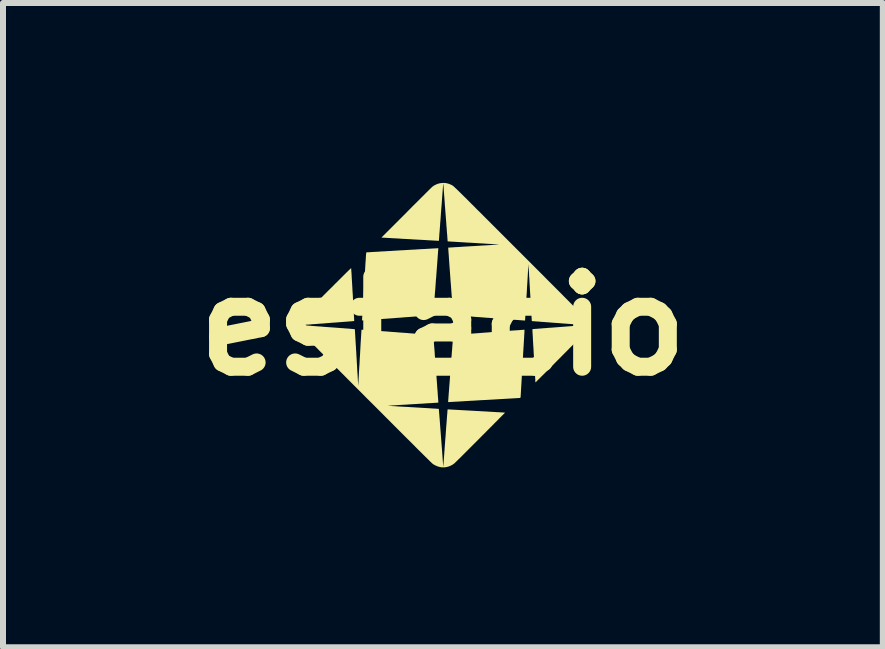
<source format=kicad_pcb>
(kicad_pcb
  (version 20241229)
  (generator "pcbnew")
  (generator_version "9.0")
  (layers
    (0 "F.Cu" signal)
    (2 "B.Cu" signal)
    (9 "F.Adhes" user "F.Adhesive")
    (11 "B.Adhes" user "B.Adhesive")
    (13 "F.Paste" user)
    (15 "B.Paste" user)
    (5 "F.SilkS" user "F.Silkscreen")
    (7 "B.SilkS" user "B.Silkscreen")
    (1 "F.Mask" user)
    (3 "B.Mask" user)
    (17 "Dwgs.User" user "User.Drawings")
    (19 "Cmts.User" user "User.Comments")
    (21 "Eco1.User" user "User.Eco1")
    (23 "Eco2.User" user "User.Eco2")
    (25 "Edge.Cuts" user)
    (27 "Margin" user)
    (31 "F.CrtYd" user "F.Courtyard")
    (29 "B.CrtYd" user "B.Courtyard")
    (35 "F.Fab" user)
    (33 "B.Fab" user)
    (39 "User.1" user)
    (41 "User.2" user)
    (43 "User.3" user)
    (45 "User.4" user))
  (footprint "estacio"
    (layer "F.Cu")
    (at 4.336 2.387)
    (property "Reference" "estacio" (at 0 0 0) (layer "F.SilkS") (effects (font (size 1.5 1.5) (thickness 0.3))))
    (attr board_only exclude_from_pos_files exclude_from_bom)
    (fp_poly (pts (xy 1.36 0.063) (xy 1.36 0.07) (xy 1.359 0.08) (xy 1.359 0.094) (xy 1.358 0.112) (xy 1.357 0.133) (xy 1.355 0.157) (xy 1.354 0.185) (xy 1.352 0.215) (xy 1.35 0.248) (xy 1.348 0.284) (xy 1.346 0.322) (xy 1.343 0.362) (xy 1.341 0.404) (xy 1.338 0.448) (xy 1.336 0.493) (xy 1.333 0.54) (xy 1.33 0.589) (xy 1.328 0.625) (xy 1.295 1.188) (xy 1.29 1.194) (xy 1.285 1.199) (xy 0.703 1.233) (xy 0.652 1.235) (xy 0.603 1.238) (xy 0.555 1.241) (xy 0.509 1.244) (xy 0.464 1.246) (xy 0.421 1.249) (xy 0.38 1.251) (xy 0.341 1.254) (xy 0.304 1.256) (xy 0.27 1.258) (xy 0.238 1.26) (xy 0.209 1.261) (xy 0.183 1.263) (xy 0.161 1.264) (xy 0.142 1.265) (xy 0.126 1.266) (xy 0.115 1.267) (xy 0.107 1.268) (xy 0.104 1.268) (xy 0.095 1.268) (xy 0.09 1.268) (xy 0.088 1.268) (xy 0.087 1.266) (xy 0.087 1.264) (xy 0.087 1.261) (xy 0.088 1.253) (xy 0.088 1.242) (xy 0.089 1.227) (xy 0.091 1.209) (xy 0.092 1.188) (xy 0.094 1.163) (xy 0.096 1.136) (xy 0.098 1.107) (xy 0.101 1.075) (xy 0.103 1.041) (xy 0.106 1.005) (xy 0.109 0.968) (xy 0.112 0.929) (xy 0.115 0.889) (xy 0.118 0.848) (xy 0.121 0.807) (xy 0.124 0.765) (xy 0.127 0.722) (xy 0.131 0.68) (xy 0.134 0.637) (xy 0.137 0.596) (xy 0.14 0.554) (xy 0.143 0.513) (xy 0.146 0.474) (xy 0.149 0.436) (xy 0.152 0.399) (xy 0.155 0.364) (xy 0.157 0.33) (xy 0.16 0.299) (xy 0.162 0.27) (xy 0.164 0.244) (xy 0.166 0.221) (xy 0.168 0.2) (xy 0.169 0.183) (xy 0.17 0.169) (xy 0.171 0.159) (xy 0.171 0.153) (xy 0.172 0.151) (xy 0.174 0.15) (xy 0.18 0.15) (xy 0.19 0.149) (xy 0.204 0.148) (xy 0.222 0.147) (xy 0.242 0.145) (xy 0.266 0.143) (xy 0.293 0.141) (xy 0.322 0.139) (xy 0.353 0.136) (xy 0.387 0.134) (xy 0.423 0.131) (xy 0.46 0.128) (xy 0.499 0.125) (xy 0.54 0.122) (xy 0.581 0.119) (xy 0.623 0.116) (xy 0.667 0.112) (xy 0.71 0.109) (xy 0.754 0.106) (xy 0.798 0.102) (xy 0.842 0.099) (xy 0.885 0.096) (xy 0.928 0.093) (xy 0.97 0.09) (xy 1.011 0.086) (xy 1.051 0.084) (xy 1.089 0.081) (xy 1.126 0.078) (xy 1.16 0.075) (xy 1.193 0.073) (xy 1.224 0.071) (xy 1.252 0.069) (xy 1.277 0.067) (xy 1.299 0.065) (xy 1.319 0.064) (xy 1.334 0.063) (xy 1.347 0.062) (xy 1.355 0.061) (xy 1.36 0.061) (xy 1.36 0.061)) (stroke (width 0) (type solid)) (fill yes) (layer "F.SilkS"))
    (fp_poly (pts (xy -0.077 -1.298) (xy -0.077 -1.296) (xy -0.078 -1.29) (xy -0.078 -1.28) (xy -0.079 -1.266) (xy -0.081 -1.248) (xy -0.082 -1.228) (xy -0.084 -1.204) (xy -0.086 -1.178) (xy -0.088 -1.149) (xy -0.09 -1.118) (xy -0.093 -1.085) (xy -0.095 -1.049) (xy -0.098 -1.012) (xy -0.101 -0.974) (xy -0.104 -0.934) (xy -0.107 -0.894) (xy -0.11 -0.852) (xy -0.113 -0.81) (xy -0.117 -0.768) (xy -0.12 -0.725) (xy -0.123 -0.683) (xy -0.126 -0.641) (xy -0.129 -0.599) (xy -0.133 -0.558) (xy -0.136 -0.518) (xy -0.139 -0.479) (xy -0.141 -0.442) (xy -0.144 -0.406) (xy -0.147 -0.372) (xy -0.149 -0.341) (xy -0.151 -0.311) (xy -0.154 -0.284) (xy -0.155 -0.259) (xy -0.157 -0.238) (xy -0.159 -0.22) (xy -0.16 -0.205) (xy -0.161 -0.194) (xy -0.161 -0.186) (xy -0.162 -0.183) (xy -0.162 -0.182) (xy -0.164 -0.182) (xy -0.17 -0.182) (xy -0.18 -0.181) (xy -0.194 -0.18) (xy -0.212 -0.178) (xy -0.232 -0.177) (xy -0.256 -0.175) (xy -0.282 -0.173) (xy -0.311 -0.171) (xy -0.343 -0.168) (xy -0.376 -0.166) (xy -0.412 -0.163) (xy -0.45 -0.16) (xy -0.488 -0.157) (xy -0.529 -0.154) (xy -0.57 -0.151) (xy -0.612 -0.148) (xy -0.655 -0.145) (xy -0.699 -0.141) (xy -0.742 -0.138) (xy -0.786 -0.135) (xy -0.83 -0.131) (xy -0.873 -0.128) (xy -0.916 -0.125) (xy -0.957 -0.122) (xy -0.998 -0.119) (xy -1.038 -0.116) (xy -1.076 -0.113) (xy -1.112 -0.11) (xy -1.147 -0.108) (xy -1.179 -0.105) (xy -1.209 -0.103) (xy -1.237 -0.101) (xy -1.262 -0.099) (xy -1.284 -0.097) (xy -1.302 -0.096) (xy -1.318 -0.095) (xy -1.329 -0.094) (xy -1.337 -0.094) (xy -1.341 -0.093) (xy -1.342 -0.093) (xy -1.347 -0.094) (xy -1.348 -0.096) (xy -1.349 -0.099) (xy -1.349 -0.102) (xy -1.348 -0.109) (xy -1.348 -0.119) (xy -1.347 -0.134) (xy -1.346 -0.152) (xy -1.344 -0.174) (xy -1.343 -0.198) (xy -1.341 -0.226) (xy -1.339 -0.257) (xy -1.337 -0.29) (xy -1.335 -0.326) (xy -1.333 -0.364) (xy -1.331 -0.405) (xy -1.328 -0.447) (xy -1.325 -0.491) (xy -1.323 -0.537) (xy -1.32 -0.584) (xy -1.317 -0.632) (xy -1.315 -0.662) (xy -1.312 -0.722) (xy -1.308 -0.777) (xy -1.305 -0.829) (xy -1.302 -0.876) (xy -1.299 -0.92) (xy -1.297 -0.96) (xy -1.295 -0.997) (xy -1.293 -1.03) (xy -1.291 -1.06) (xy -1.289 -1.087) (xy -1.287 -1.112) (xy -1.286 -1.133) (xy -1.285 -1.152) (xy -1.284 -1.168) (xy -1.283 -1.182) (xy -1.282 -1.193) (xy -1.281 -1.203) (xy -1.28 -1.21) (xy -1.28 -1.216) (xy -1.279 -1.22) (xy -1.279 -1.223) (xy -1.278 -1.224) (xy -1.278 -1.224) (xy -1.273 -1.229) (xy -1.268 -1.229) (xy -1.266 -1.23) (xy -1.259 -1.23) (xy -1.248 -1.231) (xy -1.233 -1.231) (xy -1.215 -1.232) (xy -1.193 -1.234) (xy -1.168 -1.235) (xy -1.14 -1.237) (xy -1.11 -1.238) (xy -1.076 -1.24) (xy -1.04 -1.243) (xy -1.001 -1.245) (xy -0.96 -1.247) (xy -0.917 -1.25) (xy -0.873 -1.252) (xy -0.827 -1.255) (xy -0.779 -1.258) (xy -0.73 -1.261) (xy -0.679 -1.264) (xy -0.67 -1.264) (xy -0.619 -1.267) (xy -0.57 -1.27) (xy -0.522 -1.273) (xy -0.476 -1.275) (xy -0.431 -1.278) (xy -0.388 -1.281) (xy -0.347 -1.283) (xy -0.308 -1.285) (xy -0.272 -1.287) (xy -0.238 -1.289) (xy -0.207 -1.291) (xy -0.179 -1.293) (xy -0.154 -1.294) (xy -0.132 -1.295) (xy -0.113 -1.296) (xy -0.099 -1.297) (xy -0.087 -1.298) (xy -0.08 -1.298) (xy -0.077 -1.298)) (stroke (width 0) (type solid)) (fill yes) (layer "F.SilkS"))
    (fp_poly (pts (xy -1.531 -0.964) (xy -1.53 -0.963) (xy -1.53 -0.963) (xy -1.53 -0.963) (xy -1.53 -0.96) (xy -1.529 -0.952) (xy -1.529 -0.942) (xy -1.528 -0.927) (xy -1.527 -0.91) (xy -1.525 -0.889) (xy -1.524 -0.865) (xy -1.522 -0.839) (xy -1.521 -0.811) (xy -1.519 -0.781) (xy -1.517 -0.748) (xy -1.515 -0.715) (xy -1.513 -0.68) (xy -1.511 -0.644) (xy -1.509 -0.607) (xy -1.507 -0.569) (xy -1.504 -0.532) (xy -1.502 -0.494) (xy -1.5 -0.456) (xy -1.498 -0.419) (xy -1.496 -0.383) (xy -1.494 -0.347) (xy -1.492 -0.313) (xy -1.49 -0.28) (xy -1.488 -0.249) (xy -1.487 -0.219) (xy -1.485 -0.192) (xy -1.484 -0.168) (xy -1.482 -0.145) (xy -1.481 -0.126) (xy -1.481 -0.11) (xy -1.48 -0.098) (xy -1.48 -0.089) (xy -1.479 -0.084) (xy -1.479 -0.083) (xy -1.482 -0.083) (xy -1.488 -0.083) (xy -1.498 -0.082) (xy -1.512 -0.081) (xy -1.528 -0.079) (xy -1.549 -0.078) (xy -1.571 -0.076) (xy -1.597 -0.074) (xy -1.625 -0.072) (xy -1.655 -0.07) (xy -1.686 -0.067) (xy -1.72 -0.065) (xy -1.754 -0.062) (xy -1.79 -0.059) (xy -1.826 -0.057) (xy -1.864 -0.054) (xy -1.901 -0.051) (xy -1.939 -0.048) (xy -1.976 -0.045) (xy -2.013 -0.042) (xy -2.049 -0.04) (xy -2.085 -0.037) (xy -2.119 -0.034) (xy -2.152 -0.032) (xy -2.183 -0.03) (xy -2.212 -0.027) (xy -2.239 -0.025) (xy -2.264 -0.024) (xy -2.286 -0.022) (xy -2.305 -0.02) (xy -2.321 -0.019) (xy -2.334 -0.018) (xy -2.34 -0.018) (xy -2.362 -0.016) (xy -2.345 -0.015) (xy -2.341 -0.014) (xy -2.333 -0.014) (xy -2.321 -0.013) (xy -2.306 -0.012) (xy -2.287 -0.01) (xy -2.264 -0.009) (xy -2.239 -0.007) (xy -2.211 -0.005) (xy -2.18 -0.002) (xy -2.147 0.000166) (xy -2.112 0.003) (xy -2.075 0.006) (xy -2.036 0.008) (xy -1.996 0.012) (xy -1.954 0.015) (xy -1.911 0.018) (xy -1.899 0.019) (xy -1.857 0.022) (xy -1.815 0.025) (xy -1.775 0.028) (xy -1.736 0.031) (xy -1.699 0.034) (xy -1.665 0.036) (xy -1.632 0.039) (xy -1.602 0.041) (xy -1.574 0.043) (xy -1.549 0.045) (xy -1.527 0.047) (xy -1.508 0.049) (xy -1.493 0.05) (xy -1.482 0.051) (xy -1.474 0.051) (xy -1.47 0.052) (xy -1.47 0.052) (xy -1.47 0.054) (xy -1.469 0.06) (xy -1.468 0.071) (xy -1.467 0.085) (xy -1.466 0.102) (xy -1.465 0.123) (xy -1.463 0.147) (xy -1.462 0.174) (xy -1.46 0.204) (xy -1.458 0.237) (xy -1.456 0.271) (xy -1.454 0.308) (xy -1.451 0.347) (xy -1.449 0.387) (xy -1.446 0.429) (xy -1.444 0.473) (xy -1.441 0.517) (xy -1.441 0.52) (xy -1.438 0.565) (xy -1.436 0.609) (xy -1.433 0.651) (xy -1.431 0.692) (xy -1.429 0.731) (xy -1.427 0.768) (xy -1.424 0.803) (xy -1.422 0.836) (xy -1.421 0.866) (xy -1.419 0.894) (xy -1.418 0.918) (xy -1.416 0.94) (xy -1.415 0.958) (xy -1.414 0.972) (xy -1.414 0.983) (xy -1.413 0.99) (xy -1.413 0.993) (xy -1.413 0.993) (xy -1.412 0.995) (xy -1.412 0.992) (xy -1.412 0.99) (xy -1.412 0.984) (xy -1.411 0.974) (xy -1.41 0.96) (xy -1.41 0.943) (xy -1.408 0.923) (xy -1.407 0.9) (xy -1.406 0.874) (xy -1.404 0.846) (xy -1.402 0.816) (xy -1.401 0.784) (xy -1.399 0.75) (xy -1.397 0.715) (xy -1.395 0.678) (xy -1.392 0.641) (xy -1.39 0.603) (xy -1.388 0.564) (xy -1.386 0.525) (xy -1.383 0.486) (xy -1.381 0.448) (xy -1.379 0.41) (xy -1.377 0.372) (xy -1.375 0.336) (xy -1.373 0.301) (xy -1.371 0.267) (xy -1.369 0.235) (xy -1.367 0.205) (xy -1.365 0.177) (xy -1.364 0.151) (xy -1.362 0.128) (xy -1.361 0.108) (xy -1.36 0.092) (xy -1.359 0.078) (xy -1.358 0.068) (xy -1.358 0.062) (xy -1.358 0.061) (xy -1.356 0.061) (xy -1.349 0.061) (xy -1.339 0.062) (xy -1.325 0.063) (xy -1.308 0.064) (xy -1.287 0.065) (xy -1.263 0.067) (xy -1.237 0.069) (xy -1.207 0.071) (xy -1.176 0.073) (xy -1.142 0.076) (xy -1.106 0.078) (xy -1.069 0.081) (xy -1.03 0.084) (xy -0.989 0.087) (xy -0.947 0.09) (xy -0.905 0.093) (xy -0.862 0.097) (xy -0.818 0.1) (xy -0.774 0.103) (xy -0.73 0.107) (xy -0.686 0.11) (xy -0.642 0.113) (xy -0.599 0.116) (xy -0.557 0.12) (xy -0.516 0.123) (xy -0.476 0.126) (xy -0.437 0.129) (xy -0.4 0.132) (xy -0.365 0.134) (xy -0.332 0.137) (xy -0.301 0.139) (xy -0.273 0.141) (xy -0.247 0.143) (xy -0.225 0.145) (xy -0.205 0.147) (xy -0.189 0.148) (xy -0.176 0.149) (xy -0.167 0.15) (xy -0.162 0.15) (xy -0.161 0.151) (xy -0.161 0.153) (xy -0.16 0.159) (xy -0.159 0.169) (xy -0.158 0.183) (xy -0.157 0.201) (xy -0.155 0.221) (xy -0.153 0.245) (xy -0.151 0.271) (xy -0.149 0.3) (xy -0.147 0.331) (xy -0.144 0.365) (xy -0.141 0.4) (xy -0.138 0.437) (xy -0.136 0.476) (xy -0.133 0.516) (xy -0.129 0.556) (xy -0.126 0.598) (xy -0.123 0.64) (xy -0.12 0.683) (xy -0.117 0.726) (xy -0.114 0.768) (xy -0.11 0.811) (xy -0.107 0.852) (xy -0.104 0.894) (xy -0.101 0.934) (xy -0.098 0.973) (xy -0.096 1.011) (xy -0.093 1.047) (xy -0.09 1.081) (xy -0.088 1.113) (xy -0.086 1.143) (xy -0.084 1.171) (xy -0.082 1.196) (xy -0.08 1.218) (xy -0.079 1.237) (xy -0.078 1.252) (xy -0.077 1.264) (xy -0.077 1.272) (xy -0.077 1.276) (xy -0.077 1.276) (xy -0.079 1.277) (xy -0.085 1.277) (xy -0.096 1.278) (xy -0.11 1.279) (xy -0.127 1.28) (xy -0.148 1.281) (xy -0.172 1.283) (xy -0.199 1.285) (xy -0.228 1.286) (xy -0.26 1.288) (xy -0.294 1.29) (xy -0.33 1.293) (xy -0.368 1.295) (xy -0.408 1.297) (xy -0.449 1.3) (xy -0.491 1.302) (xy -0.504 1.303) (xy -0.56 1.306) (xy -0.612 1.31) (xy -0.659 1.312) (xy -0.703 1.315) (xy -0.742 1.317) (xy -0.777 1.32) (xy -0.808 1.322) (xy -0.835 1.323) (xy -0.858 1.325) (xy -0.877 1.326) (xy -0.892 1.327) (xy -0.903 1.328) (xy -0.911 1.329) (xy -0.914 1.329) (xy -0.914 1.33) (xy -0.914 1.33) (xy -0.91 1.33) (xy -0.902 1.331) (xy -0.891 1.331) (xy -0.875 1.332) (xy -0.857 1.333) (xy -0.835 1.335) (xy -0.81 1.336) (xy -0.782 1.338) (xy -0.751 1.34) (xy -0.718 1.342) (xy -0.684 1.344) (xy -0.647 1.346) (xy -0.608 1.348) (xy -0.568 1.35) (xy -0.527 1.353) (xy -0.485 1.355) (xy -0.485 1.355) (xy -0.443 1.358) (xy -0.402 1.36) (xy -0.362 1.363) (xy -0.324 1.365) (xy -0.288 1.367) (xy -0.254 1.369) (xy -0.222 1.371) (xy -0.193 1.373) (xy -0.166 1.375) (xy -0.142 1.376) (xy -0.121 1.377) (xy -0.103 1.379) (xy -0.089 1.38) (xy -0.078 1.38) (xy -0.071 1.381) (xy -0.069 1.381) (xy -0.069 1.381) (xy -0.069 1.383) (xy -0.068 1.39) (xy -0.067 1.4) (xy -0.066 1.414) (xy -0.065 1.431) (xy -0.063 1.451) (xy -0.061 1.474) (xy -0.059 1.5) (xy -0.057 1.528) (xy -0.054 1.559) (xy -0.052 1.591) (xy -0.049 1.626) (xy -0.047 1.661) (xy -0.044 1.698) (xy -0.041 1.736) (xy -0.038 1.775) (xy -0.035 1.814) (xy -0.032 1.854) (xy -0.029 1.893) (xy -0.026 1.933) (xy -0.023 1.972) (xy -0.02 2.01) (xy -0.017 2.048) (xy -0.014 2.084) (xy -0.012 2.119) (xy -0.009 2.152) (xy -0.007 2.184) (xy -0.005 2.214) (xy -0.003 2.241) (xy -0.001 2.266) (xy 0.001 2.288) (xy 0.002 2.307) (xy 0.002 2.309) (xy 0.003 2.321) (xy 0.004 2.332) (xy 0.005 2.34) (xy 0.005 2.344) (xy 0.005 2.346) (xy 0.006 2.344) (xy 0.006 2.338) (xy 0.007 2.33) (xy 0.008 2.319) (xy 0.008 2.308) (xy 0.009 2.3) (xy 0.01 2.289) (xy 0.011 2.274) (xy 0.012 2.255) (xy 0.014 2.234) (xy 0.016 2.21) (xy 0.018 2.184) (xy 0.02 2.156) (xy 0.022 2.126) (xy 0.024 2.095) (xy 0.027 2.064) (xy 0.028 2.04) (xy 0.031 2.003) (xy 0.034 1.963) (xy 0.037 1.921) (xy 0.04 1.878) (xy 0.044 1.834) (xy 0.047 1.789) (xy 0.05 1.746) (xy 0.053 1.704) (xy 0.056 1.665) (xy 0.059 1.629) (xy 0.061 1.606) (xy 0.063 1.576) (xy 0.065 1.548) (xy 0.067 1.521) (xy 0.069 1.495) (xy 0.071 1.472) (xy 0.073 1.452) (xy 0.074 1.434) (xy 0.075 1.419) (xy 0.076 1.407) (xy 0.077 1.399) (xy 0.078 1.395) (xy 0.078 1.394) (xy 0.079 1.389) (xy 0.557 1.416) (xy 0.602 1.418) (xy 0.646 1.421) (xy 0.689 1.423) (xy 0.73 1.425) (xy 0.77 1.428) (xy 0.807 1.43) (xy 0.843 1.432) (xy 0.876 1.434) (xy 0.906 1.436) (xy 0.934 1.437) (xy 0.959 1.439) (xy 0.981 1.44) (xy 0.999 1.441) (xy 1.014 1.442) (xy 1.025 1.443) (xy 1.033 1.443) (xy 1.036 1.443) (xy 1.036 1.443) (xy 1.035 1.445) (xy 1.03 1.449) (xy 1.023 1.457) (xy 1.013 1.467) (xy 1.001 1.479) (xy 0.986 1.494) (xy 0.969 1.512) (xy 0.949 1.531) (xy 0.928 1.553) (xy 0.905 1.577) (xy 0.879 1.602) (xy 0.852 1.629) (xy 0.824 1.658) (xy 0.794 1.688) (xy 0.763 1.719) (xy 0.73 1.752) (xy 0.697 1.786) (xy 0.662 1.82) (xy 0.627 1.856) (xy 0.622 1.861) (xy 0.576 1.907) (xy 0.532 1.951) (xy 0.491 1.992) (xy 0.452 2.031) (xy 0.415 2.068) (xy 0.381 2.102) (xy 0.35 2.133) (xy 0.321 2.162) (xy 0.295 2.188) (xy 0.272 2.211) (xy 0.251 2.231) (xy 0.233 2.249) (xy 0.218 2.263) (xy 0.206 2.275) (xy 0.197 2.284) (xy 0.191 2.29) (xy 0.188 2.292) (xy 0.158 2.313) (xy 0.127 2.329) (xy 0.095 2.342) (xy 0.061 2.351) (xy 0.027 2.356) (xy -0.007 2.356) (xy -0.027 2.355) (xy -0.057 2.349) (xy -0.089 2.34) (xy -0.119 2.327) (xy -0.149 2.312) (xy -0.17 2.298) (xy -0.172 2.296) (xy -0.174 2.294) (xy -0.178 2.291) (xy -0.182 2.287) (xy -0.188 2.282) (xy -0.194 2.276) (xy -0.201 2.269) (xy -0.21 2.261) (xy -0.22 2.251) (xy -0.231 2.24) (xy -0.243 2.228) (xy -0.256 2.215) (xy -0.271 2.2) (xy -0.288 2.184) (xy -0.306 2.166) (xy -0.325 2.147) (xy -0.346 2.126) (xy -0.369 2.103) (xy -0.394 2.079) (xy -0.42 2.053) (xy -0.448 2.025) (xy -0.478 1.994) (xy -0.51 1.962) (xy -0.544 1.928) (xy -0.581 1.892) (xy -0.619 1.854) (xy -0.659 1.814) (xy -0.702 1.771) (xy -0.747 1.726) (xy -0.794 1.679) (xy -0.844 1.629) (xy -0.896 1.576) (xy -0.951 1.522) (xy -1.008 1.464) (xy -1.068 1.404) (xy -1.131 1.341) (xy -1.196 1.276) (xy -1.265 1.208) (xy -1.336 1.136) (xy -1.41 1.062) (xy -1.487 0.985) (xy -1.536 0.936) (xy -1.595 0.877) (xy -1.65 0.821) (xy -1.703 0.768) (xy -1.753 0.718) (xy -1.801 0.67) (xy -1.845 0.626) (xy -1.887 0.584) (xy -1.927 0.544) (xy -1.964 0.507) (xy -1.998 0.472) (xy -2.03 0.44) (xy -2.061 0.409) (xy -2.088 0.381) (xy -2.114 0.355) (xy -2.138 0.331) (xy -2.16 0.309) (xy -2.18 0.289) (xy -2.199 0.27) (xy -2.216 0.253) (xy -2.231 0.238) (xy -2.244 0.224) (xy -2.256 0.212) (xy -2.267 0.2) (xy -2.277 0.191) (xy -2.285 0.182) (xy -2.292 0.175) (xy -2.298 0.168) (xy -2.303 0.163) (xy -2.307 0.158) (xy -2.31 0.155) (xy -2.313 0.152) (xy -2.315 0.149) (xy -2.316 0.148) (xy -2.316 0.147) (xy -2.334 0.116) (xy -2.349 0.084) (xy -2.359 0.052) (xy -2.365 0.019) (xy -2.366 -0.01) (xy -2.364 -0.047) (xy -2.358 -0.082) (xy -2.348 -0.115) (xy -2.334 -0.147) (xy -2.316 -0.178) (xy -2.301 -0.198) (xy -2.298 -0.201) (xy -2.292 -0.207) (xy -2.284 -0.215) (xy -2.273 -0.227) (xy -2.259 -0.241) (xy -2.243 -0.257) (xy -2.225 -0.275) (xy -2.205 -0.296) (xy -2.183 -0.318) (xy -2.158 -0.342) (xy -2.133 -0.368) (xy -2.105 -0.396) (xy -2.076 -0.425) (xy -2.046 -0.455) (xy -2.015 -0.486) (xy -1.983 -0.519) (xy -1.95 -0.552) (xy -1.916 -0.586) (xy -1.91 -0.592) (xy -1.869 -0.632) (xy -1.832 -0.669) (xy -1.798 -0.704) (xy -1.766 -0.735) (xy -1.737 -0.764) (xy -1.71 -0.791) (xy -1.686 -0.815) (xy -1.664 -0.837) (xy -1.645 -0.856) (xy -1.627 -0.874) (xy -1.611 -0.89) (xy -1.597 -0.903) (xy -1.585 -0.915) (xy -1.574 -0.926) (xy -1.565 -0.935) (xy -1.557 -0.942) (xy -1.551 -0.948) (xy -1.546 -0.953) (xy -1.541 -0.957) (xy -1.538 -0.96) (xy -1.535 -0.962) (xy -1.533 -0.963) (xy -1.532 -0.964) (xy -1.531 -0.964)) (stroke (width 0) (type solid)) (fill yes) (layer "F.SilkS"))
    (fp_poly (pts (xy 0.033 -2.386) (xy 0.066 -2.381) (xy 0.098 -2.372) (xy 0.13 -2.359) (xy 0.134 -2.357) (xy 0.137 -2.356) (xy 0.14 -2.354) (xy 0.143 -2.353) (xy 0.146 -2.352) (xy 0.149 -2.35) (xy 0.152 -2.348) (xy 0.155 -2.346) (xy 0.159 -2.344) (xy 0.163 -2.341) (xy 0.168 -2.338) (xy 0.173 -2.334) (xy 0.178 -2.329) (xy 0.185 -2.323) (xy 0.192 -2.317) (xy 0.2 -2.309) (xy 0.209 -2.3) (xy 0.22 -2.291) (xy 0.231 -2.28) (xy 0.244 -2.267) (xy 0.258 -2.254) (xy 0.274 -2.238) (xy 0.291 -2.221) (xy 0.31 -2.203) (xy 0.33 -2.183) (xy 0.352 -2.161) (xy 0.377 -2.137) (xy 0.403 -2.111) (xy 0.431 -2.083) (xy 0.461 -2.052) (xy 0.494 -2.02) (xy 0.529 -1.985) (xy 0.566 -1.947) (xy 0.606 -1.908) (xy 0.649 -1.865) (xy 0.694 -1.82) (xy 0.742 -1.772) (xy 0.793 -1.721) (xy 0.847 -1.667) (xy 0.865 -1.649) (xy 0.953 -1.561) (xy 1.038 -1.476) (xy 1.121 -1.393) (xy 1.2 -1.314) (xy 1.276 -1.238) (xy 1.35 -1.164) (xy 1.42 -1.094) (xy 1.488 -1.026) (xy 1.553 -0.961) (xy 1.615 -0.899) (xy 1.674 -0.84) (xy 1.73 -0.783) (xy 1.784 -0.729) (xy 1.835 -0.678) (xy 1.883 -0.63) (xy 1.929 -0.584) (xy 1.972 -0.541) (xy 2.012 -0.5) (xy 2.05 -0.462) (xy 2.085 -0.427) (xy 2.118 -0.393) (xy 2.148 -0.363) (xy 2.176 -0.335) (xy 2.202 -0.309) (xy 2.225 -0.286) (xy 2.245 -0.265) (xy 2.263 -0.246) (xy 2.279 -0.23) (xy 2.293 -0.216) (xy 2.304 -0.204) (xy 2.314 -0.194) (xy 2.321 -0.187) (xy 2.325 -0.181) (xy 2.328 -0.178) (xy 2.328 -0.178) (xy 2.346 -0.148) (xy 2.359 -0.116) (xy 2.369 -0.084) (xy 2.375 -0.049) (xy 2.377 -0.013) (xy 2.375 0.021) (xy 2.369 0.054) (xy 2.359 0.087) (xy 2.346 0.117) (xy 2.329 0.145) (xy 2.323 0.154) (xy 2.32 0.157) (xy 2.315 0.163) (xy 2.307 0.171) (xy 2.297 0.182) (xy 2.284 0.195) (xy 2.268 0.211) (xy 2.251 0.228) (xy 2.232 0.248) (xy 2.211 0.269) (xy 2.189 0.292) (xy 2.165 0.316) (xy 2.14 0.341) (xy 2.113 0.368) (xy 2.086 0.396) (xy 2.058 0.424) (xy 2.029 0.453) (xy 1.999 0.483) (xy 1.97 0.513) (xy 1.94 0.543) (xy 1.91 0.573) (xy 1.88 0.603) (xy 1.851 0.633) (xy 1.822 0.662) (xy 1.793 0.69) (xy 1.765 0.718) (xy 1.739 0.745) (xy 1.713 0.771) (xy 1.688 0.796) (xy 1.665 0.819) (xy 1.643 0.84) (xy 1.624 0.86) (xy 1.605 0.878) (xy 1.589 0.894) (xy 1.575 0.908) (xy 1.564 0.92) (xy 1.555 0.929) (xy 1.548 0.935) (xy 1.544 0.938) (xy 1.544 0.939) (xy 1.542 0.937) (xy 1.542 0.932) (xy 1.542 0.931) (xy 1.541 0.928) (xy 1.541 0.921) (xy 1.54 0.91) (xy 1.54 0.895) (xy 1.539 0.877) (xy 1.537 0.855) (xy 1.536 0.831) (xy 1.534 0.804) (xy 1.533 0.774) (xy 1.531 0.741) (xy 1.529 0.706) (xy 1.527 0.67) (xy 1.524 0.631) (xy 1.522 0.591) (xy 1.52 0.549) (xy 1.517 0.507) (xy 1.516 0.488) (xy 1.513 0.445) (xy 1.511 0.403) (xy 1.509 0.362) (xy 1.506 0.323) (xy 1.504 0.286) (xy 1.502 0.251) (xy 1.5 0.218) (xy 1.499 0.187) (xy 1.497 0.159) (xy 1.496 0.134) (xy 1.494 0.111) (xy 1.493 0.092) (xy 1.493 0.077) (xy 1.492 0.065) (xy 1.492 0.056) (xy 1.492 0.052) (xy 1.492 0.052) (xy 1.494 0.051) (xy 1.5 0.051) (xy 1.51 0.05) (xy 1.524 0.049) (xy 1.541 0.047) (xy 1.562 0.046) (xy 1.585 0.044) (xy 1.611 0.042) (xy 1.639 0.04) (xy 1.669 0.037) (xy 1.702 0.035) (xy 1.736 0.032) (xy 1.772 0.029) (xy 1.809 0.027) (xy 1.847 0.024) (xy 1.885 0.021) (xy 1.925 0.018) (xy 1.964 0.015) (xy 2.004 0.012) (xy 2.043 0.009) (xy 2.083 0.006) (xy 2.121 0.003) (xy 2.159 0.000066) (xy 2.195 -0.003) (xy 2.23 -0.005) (xy 2.264 -0.008) (xy 2.295 -0.01) (xy 2.325 -0.012) (xy 2.336 -0.013) (xy 2.348 -0.014) (xy 2.357 -0.015) (xy 2.365 -0.015) (xy 2.369 -0.016) (xy 2.369 -0.016) (xy 2.367 -0.016) (xy 2.362 -0.017) (xy 2.353 -0.017) (xy 2.343 -0.018) (xy 2.33 -0.019) (xy 2.323 -0.02) (xy 2.313 -0.02) (xy 2.298 -0.021) (xy 2.281 -0.023) (xy 2.26 -0.024) (xy 2.237 -0.026) (xy 2.211 -0.028) (xy 2.183 -0.03) (xy 2.153 -0.032) (xy 2.121 -0.035) (xy 2.087 -0.037) (xy 2.053 -0.04) (xy 2.017 -0.042) (xy 1.981 -0.045) (xy 1.944 -0.048) (xy 1.907 -0.051) (xy 1.87 -0.053) (xy 1.833 -0.056) (xy 1.796 -0.059) (xy 1.761 -0.062) (xy 1.726 -0.064) (xy 1.693 -0.067) (xy 1.661 -0.069) (xy 1.631 -0.071) (xy 1.603 -0.074) (xy 1.577 -0.076) (xy 1.554 -0.077) (xy 1.534 -0.079) (xy 1.516 -0.08) (xy 1.502 -0.081) (xy 1.492 -0.082) (xy 1.485 -0.083) (xy 1.482 -0.083) (xy 1.482 -0.083) (xy 1.482 -0.085) (xy 1.481 -0.092) (xy 1.481 -0.102) (xy 1.48 -0.116) (xy 1.479 -0.133) (xy 1.478 -0.154) (xy 1.476 -0.178) (xy 1.475 -0.205) (xy 1.473 -0.235) (xy 1.471 -0.267) (xy 1.469 -0.302) (xy 1.467 -0.339) (xy 1.464 -0.377) (xy 1.462 -0.418) (xy 1.46 -0.46) (xy 1.457 -0.504) (xy 1.454 -0.548) (xy 1.454 -0.554) (xy 1.451 -0.599) (xy 1.449 -0.643) (xy 1.446 -0.685) (xy 1.444 -0.726) (xy 1.442 -0.765) (xy 1.44 -0.802) (xy 1.437 -0.837) (xy 1.436 -0.87) (xy 1.434 -0.9) (xy 1.432 -0.928) (xy 1.431 -0.952) (xy 1.429 -0.974) (xy 1.428 -0.992) (xy 1.427 -1.007) (xy 1.427 -1.018) (xy 1.426 -1.025) (xy 1.426 -1.028) (xy 1.426 -1.028) (xy 1.425 -1.029) (xy 1.425 -1.027) (xy 1.425 -1.023) (xy 1.424 -1.015) (xy 1.424 -1.004) (xy 1.423 -0.989) (xy 1.422 -0.971) (xy 1.42 -0.95) (xy 1.419 -0.925) (xy 1.417 -0.899) (xy 1.416 -0.87) (xy 1.414 -0.839) (xy 1.412 -0.806) (xy 1.41 -0.772) (xy 1.408 -0.736) (xy 1.406 -0.699) (xy 1.403 -0.661) (xy 1.401 -0.623) (xy 1.399 -0.584) (xy 1.397 -0.545) (xy 1.394 -0.506) (xy 1.392 -0.467) (xy 1.39 -0.429) (xy 1.387 -0.392) (xy 1.385 -0.356) (xy 1.383 -0.321) (xy 1.381 -0.288) (xy 1.379 -0.257) (xy 1.378 -0.227) (xy 1.376 -0.2) (xy 1.374 -0.175) (xy 1.373 -0.153) (xy 1.372 -0.134) (xy 1.371 -0.118) (xy 1.37 -0.106) (xy 1.37 -0.097) (xy 1.369 -0.092) (xy 1.369 -0.092) (xy 1.367 -0.092) (xy 1.361 -0.092) (xy 1.351 -0.093) (xy 1.336 -0.094) (xy 1.319 -0.095) (xy 1.298 -0.097) (xy 1.273 -0.099) (xy 1.246 -0.101) (xy 1.215 -0.103) (xy 1.182 -0.105) (xy 1.146 -0.108) (xy 1.108 -0.111) (xy 1.068 -0.114) (xy 1.025 -0.117) (xy 0.981 -0.12) (xy 0.935 -0.124) (xy 0.887 -0.127) (xy 0.839 -0.131) (xy 0.789 -0.135) (xy 0.778 -0.136) (xy 0.728 -0.139) (xy 0.679 -0.143) (xy 0.631 -0.147) (xy 0.584 -0.15) (xy 0.539 -0.153) (xy 0.496 -0.157) (xy 0.455 -0.16) (xy 0.416 -0.163) (xy 0.379 -0.165) (xy 0.345 -0.168) (xy 0.313 -0.17) (xy 0.285 -0.172) (xy 0.259 -0.174) (xy 0.237 -0.176) (xy 0.218 -0.177) (xy 0.203 -0.178) (xy 0.191 -0.179) (xy 0.183 -0.18) (xy 0.18 -0.18) (xy 0.18 -0.18) (xy 0.175 -0.18) (xy 0.172 -0.182) (xy 0.171 -0.186) (xy 0.17 -0.189) (xy 0.17 -0.194) (xy 0.169 -0.202) (xy 0.168 -0.214) (xy 0.167 -0.23) (xy 0.165 -0.249) (xy 0.164 -0.271) (xy 0.162 -0.296) (xy 0.16 -0.324) (xy 0.157 -0.354) (xy 0.155 -0.386) (xy 0.152 -0.42) (xy 0.15 -0.457) (xy 0.147 -0.494) (xy 0.144 -0.533) (xy 0.141 -0.574) (xy 0.138 -0.615) (xy 0.135 -0.657) (xy 0.132 -0.699) (xy 0.128 -0.742) (xy 0.125 -0.784) (xy 0.122 -0.827) (xy 0.119 -0.869) (xy 0.116 -0.91) (xy 0.113 -0.95) (xy 0.11 -0.99) (xy 0.107 -1.028) (xy 0.105 -1.065) (xy 0.102 -1.1) (xy 0.1 -1.133) (xy 0.098 -1.164) (xy 0.096 -1.192) (xy 0.094 -1.218) (xy 0.092 -1.241) (xy 0.091 -1.261) (xy 0.09 -1.277) (xy 0.089 -1.291) (xy 0.088 -1.3) (xy 0.088 -1.306) (xy 0.088 -1.307) (xy 0.09 -1.308) (xy 0.097 -1.308) (xy 0.107 -1.309) (xy 0.121 -1.31) (xy 0.139 -1.311) (xy 0.16 -1.312) (xy 0.183 -1.314) (xy 0.21 -1.316) (xy 0.24 -1.317) (xy 0.271 -1.319) (xy 0.305 -1.321) (xy 0.342 -1.324) (xy 0.379 -1.326) (xy 0.419 -1.328) (xy 0.46 -1.331) (xy 0.502 -1.333) (xy 0.505 -1.333) (xy 0.547 -1.336) (xy 0.589 -1.338) (xy 0.629 -1.341) (xy 0.667 -1.343) (xy 0.704 -1.345) (xy 0.739 -1.347) (xy 0.771 -1.349) (xy 0.802 -1.351) (xy 0.83 -1.353) (xy 0.855 -1.354) (xy 0.876 -1.355) (xy 0.895 -1.357) (xy 0.91 -1.357) (xy 0.922 -1.358) (xy 0.93 -1.359) (xy 0.933 -1.359) (xy 0.933 -1.359) (xy 0.933 -1.359) (xy 0.928 -1.36) (xy 0.919 -1.361) (xy 0.906 -1.362) (xy 0.889 -1.363) (xy 0.867 -1.364) (xy 0.842 -1.366) (xy 0.813 -1.368) (xy 0.779 -1.37) (xy 0.742 -1.372) (xy 0.701 -1.375) (xy 0.655 -1.378) (xy 0.607 -1.38) (xy 0.554 -1.384) (xy 0.513 -1.386) (xy 0.47 -1.389) (xy 0.428 -1.391) (xy 0.388 -1.393) (xy 0.349 -1.396) (xy 0.312 -1.398) (xy 0.277 -1.4) (xy 0.244 -1.402) (xy 0.213 -1.404) (xy 0.185 -1.406) (xy 0.16 -1.407) (xy 0.138 -1.408) (xy 0.119 -1.41) (xy 0.103 -1.411) (xy 0.091 -1.411) (xy 0.083 -1.412) (xy 0.079 -1.412) (xy 0.079 -1.412) (xy 0.079 -1.414) (xy 0.078 -1.421) (xy 0.077 -1.431) (xy 0.076 -1.445) (xy 0.075 -1.462) (xy 0.073 -1.482) (xy 0.072 -1.505) (xy 0.07 -1.531) (xy 0.067 -1.559) (xy 0.065 -1.589) (xy 0.063 -1.621) (xy 0.06 -1.655) (xy 0.057 -1.69) (xy 0.055 -1.727) (xy 0.052 -1.764) (xy 0.049 -1.803) (xy 0.046 -1.841) (xy 0.043 -1.88) (xy 0.04 -1.919) (xy 0.037 -1.958) (xy 0.034 -1.996) (xy 0.031 -2.033) (xy 0.029 -2.07) (xy 0.026 -2.105) (xy 0.024 -2.139) (xy 0.021 -2.171) (xy 0.019 -2.201) (xy 0.017 -2.229) (xy 0.015 -2.254) (xy 0.013 -2.277) (xy 0.012 -2.297) (xy 0.011 -2.314) (xy 0.01 -2.328) (xy 0.009 -2.338) (xy 0.009 -2.341) (xy 0.008 -2.353) (xy 0.007 -2.363) (xy 0.006 -2.372) (xy 0.006 -2.377) (xy 0.006 -2.379) (xy 0.006 -2.379) (xy 0.005 -2.379) (xy 0.005 -2.379) (xy 0.005 -2.377) (xy 0.005 -2.375) (xy 0.004 -2.372) (xy 0.004 -2.367) (xy 0.003 -2.361) (xy 0.003 -2.353) (xy 0.002 -2.344) (xy 0.001 -2.333) (xy -0.000037 -2.319) (xy -0.001 -2.304) (xy -0.003 -2.286) (xy -0.004 -2.265) (xy -0.006 -2.242) (xy -0.008 -2.216) (xy -0.01 -2.187) (xy -0.013 -2.154) (xy -0.015 -2.119) (xy -0.018 -2.079) (xy -0.021 -2.036) (xy -0.025 -1.99) (xy -0.029 -1.939) (xy -0.033 -1.886) (xy -0.036 -1.842) (xy -0.039 -1.799) (xy -0.042 -1.757) (xy -0.046 -1.716) (xy -0.048 -1.677) (xy -0.051 -1.641) (xy -0.054 -1.606) (xy -0.056 -1.574) (xy -0.059 -1.544) (xy -0.061 -1.517) (xy -0.062 -1.493) (xy -0.064 -1.472) (xy -0.065 -1.454) (xy -0.066 -1.44) (xy -0.067 -1.43) (xy -0.068 -1.424) (xy -0.068 -1.421) (xy -0.068 -1.421) (xy -0.07 -1.421) (xy -0.076 -1.422) (xy -0.086 -1.422) (xy -0.1 -1.423) (xy -0.117 -1.424) (xy -0.137 -1.425) (xy -0.161 -1.426) (xy -0.186 -1.428) (xy -0.214 -1.429) (xy -0.245 -1.431) (xy -0.277 -1.433) (xy -0.311 -1.435) (xy -0.347 -1.437) (xy -0.383 -1.439) (xy -0.421 -1.441) (xy -0.459 -1.443) (xy -0.498 -1.445) (xy -0.537 -1.448) (xy -0.577 -1.45) (xy -0.616 -1.452) (xy -0.654 -1.454) (xy -0.692 -1.456) (xy -0.729 -1.459) (xy -0.765 -1.461) (xy -0.799 -1.463) (xy -0.832 -1.464) (xy -0.862 -1.466) (xy -0.891 -1.468) (xy -0.917 -1.469) (xy -0.941 -1.471) (xy -0.962 -1.472) (xy -0.98 -1.473) (xy -0.994 -1.474) (xy -1.005 -1.474) (xy -1.012 -1.475) (xy -1.014 -1.475) (xy -1.025 -1.476) (xy -0.607 -1.894) (xy -0.572 -1.93) (xy -0.537 -1.965) (xy -0.503 -2) (xy -0.469 -2.033) (xy -0.437 -2.065) (xy -0.406 -2.096) (xy -0.377 -2.125) (xy -0.349 -2.153) (xy -0.322 -2.179) (xy -0.298 -2.204) (xy -0.275 -2.227) (xy -0.254 -2.247) (xy -0.236 -2.266) (xy -0.219 -2.282) (xy -0.205 -2.296) (xy -0.194 -2.307) (xy -0.185 -2.315) (xy -0.179 -2.321) (xy -0.176 -2.324) (xy -0.176 -2.324) (xy -0.145 -2.345) (xy -0.113 -2.361) (xy -0.08 -2.374) (xy -0.046 -2.382) (xy -0.009 -2.386) (xy -0.001 -2.387)) (stroke (width 0) (type solid)) (fill yes) (layer "F.SilkS")))
  (gr_rect
    (start -3 -3)
    (end 11.671 7.743)
    (stroke (width 0.1) (type default))
    (fill no)
    (layer "Edge.Cuts")))
</source>
